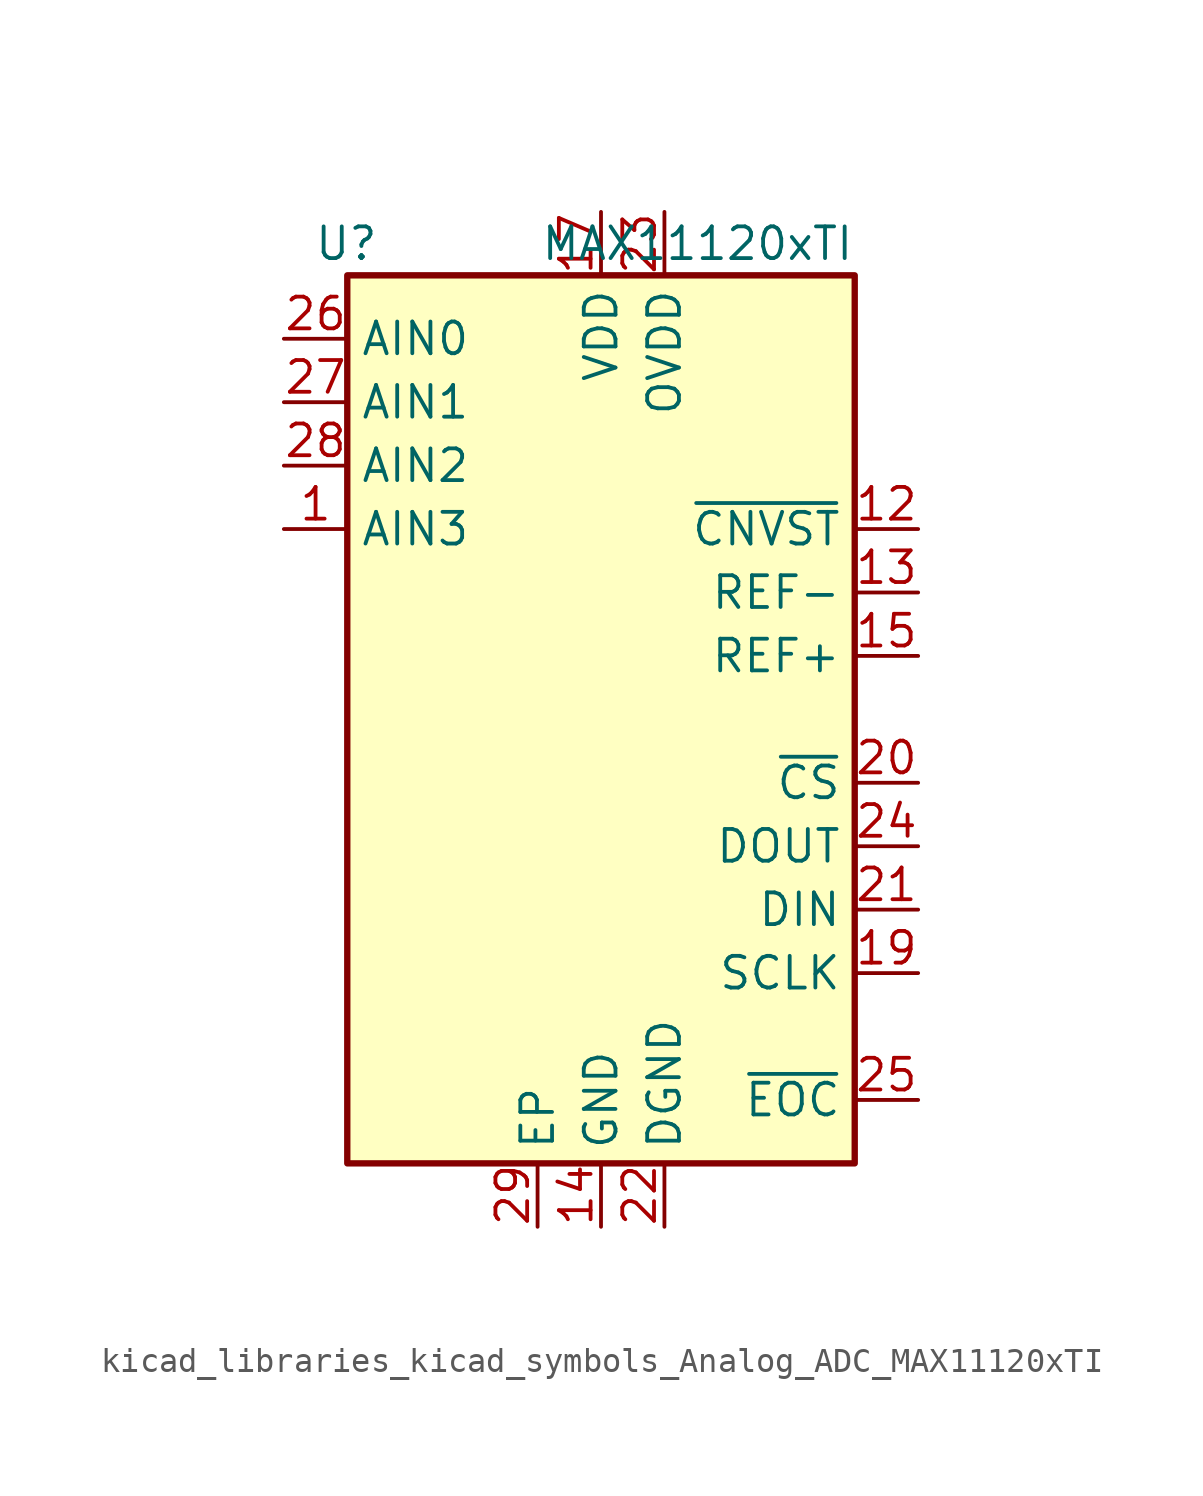
<source format=kicad_sym>
(kicad_symbol_lib
  (version 20220914)
  (generator kicad_symbol_editor)
  (symbol "kicad_libraries_kicad_symbols_Analog_ADC_MAX11120xTI"
    (property "Reference" "U"
      (at -8.89 19.05 0)
      (effects (font (size 1.27 1.27)) (justify right)))
    (property "Value" "MAX11120xTI"
      (at 10.16 19.05 0)
      (effects (font (size 1.27 1.27)) (justify right)))
    (symbol "kicad_libraries_kicad_symbols_Analog_ADC_MAX11120xTI_0_1"
      (rectangle (start 10.16 17.78) (end -10.16 -17.78) (stroke (width 0.254) (type default)) (fill (type background))))
    (symbol "kicad_libraries_kicad_symbols_Analog_ADC_MAX11120xTI_1_1"
      (pin input line (at -12.7 7.62 0) (length 2.54) (name "AIN3" (effects (font (size 1.27 1.27)))) (number "1" (effects (font (size 1.27 1.27)))))
      (pin passive line (at 0 -20.32 90) (length 2.54) hide (name "GND" (effects (font (size 1.27 1.27)))) (number "10" (effects (font (size 1.27 1.27)))))
      (pin passive line (at 0 -20.32 90) (length 2.54) hide (name "GND" (effects (font (size 1.27 1.27)))) (number "11" (effects (font (size 1.27 1.27)))))
      (pin input line (at 12.7 7.62 180) (length 2.54) (name "~{CNVST}" (effects (font (size 1.27 1.27)))) (number "12" (effects (font (size 1.27 1.27)))))
      (pin input line (at 12.7 5.08 180) (length 2.54) (name "REF-" (effects (font (size 1.27 1.27)))) (number "13" (effects (font (size 1.27 1.27)))))
      (pin power_in line (at 0 -20.32 90) (length 2.54) (name "GND" (effects (font (size 1.27 1.27)))) (number "14" (effects (font (size 1.27 1.27)))))
      (pin input line (at 12.7 2.54 180) (length 2.54) (name "REF+" (effects (font (size 1.27 1.27)))) (number "15" (effects (font (size 1.27 1.27)))))
      (pin passive line (at 0 -20.32 90) (length 2.54) hide (name "GND" (effects (font (size 1.27 1.27)))) (number "16" (effects (font (size 1.27 1.27)))))
      (pin power_in line (at 0 20.32 270) (length 2.54) (name "VDD" (effects (font (size 1.27 1.27)))) (number "17" (effects (font (size 1.27 1.27)))))
      (pin passive line (at 0 20.32 270) (length 2.54) hide (name "VDD" (effects (font (size 1.27 1.27)))) (number "18" (effects (font (size 1.27 1.27)))))
      (pin input line (at 12.7 -10.16 180) (length 2.54) (name "SCLK" (effects (font (size 1.27 1.27)))) (number "19" (effects (font (size 1.27 1.27)))))
      (pin passive line (at 0 -20.32 90) (length 2.54) hide (name "GND" (effects (font (size 1.27 1.27)))) (number "2" (effects (font (size 1.27 1.27)))))
      (pin input line (at 12.7 -2.54 180) (length 2.54) (name "~{CS}" (effects (font (size 1.27 1.27)))) (number "20" (effects (font (size 1.27 1.27)))))
      (pin input line (at 12.7 -7.62 180) (length 2.54) (name "DIN" (effects (font (size 1.27 1.27)))) (number "21" (effects (font (size 1.27 1.27)))))
      (pin power_in line (at 2.54 -20.32 90) (length 2.54) (name "DGND" (effects (font (size 1.27 1.27)))) (number "22" (effects (font (size 1.27 1.27)))))
      (pin power_in line (at 2.54 20.32 270) (length 2.54) (name "OVDD" (effects (font (size 1.27 1.27)))) (number "23" (effects (font (size 1.27 1.27)))))
      (pin output line (at 12.7 -5.08 180) (length 2.54) (name "DOUT" (effects (font (size 1.27 1.27)))) (number "24" (effects (font (size 1.27 1.27)))))
      (pin output line (at 12.7 -15.24 180) (length 2.54) (name "~{EOC}" (effects (font (size 1.27 1.27)))) (number "25" (effects (font (size 1.27 1.27)))))
      (pin input line (at -12.7 15.24 0) (length 2.54) (name "AIN0" (effects (font (size 1.27 1.27)))) (number "26" (effects (font (size 1.27 1.27)))))
      (pin input line (at -12.7 12.7 0) (length 2.54) (name "AIN1" (effects (font (size 1.27 1.27)))) (number "27" (effects (font (size 1.27 1.27)))))
      (pin input line (at -12.7 10.16 0) (length 2.54) (name "AIN2" (effects (font (size 1.27 1.27)))) (number "28" (effects (font (size 1.27 1.27)))))
      (pin power_in line (at -2.54 -20.32 90) (length 2.54) (name "EP" (effects (font (size 1.27 1.27)))) (number "29" (effects (font (size 1.27 1.27)))))
      (pin passive line (at 0 -20.32 90) (length 2.54) hide (name "GND" (effects (font (size 1.27 1.27)))) (number "3" (effects (font (size 1.27 1.27)))))
      (pin passive line (at 0 -20.32 90) (length 2.54) hide (name "GND" (effects (font (size 1.27 1.27)))) (number "4" (effects (font (size 1.27 1.27)))))
      (pin passive line (at 0 -20.32 90) (length 2.54) hide (name "GND" (effects (font (size 1.27 1.27)))) (number "5" (effects (font (size 1.27 1.27)))))
      (pin passive line (at 0 -20.32 90) (length 2.54) hide (name "GND" (effects (font (size 1.27 1.27)))) (number "6" (effects (font (size 1.27 1.27)))))
      (pin passive line (at 0 -20.32 90) (length 2.54) hide (name "GND" (effects (font (size 1.27 1.27)))) (number "7" (effects (font (size 1.27 1.27)))))
      (pin passive line (at 0 -20.32 90) (length 2.54) hide (name "GND" (effects (font (size 1.27 1.27)))) (number "8" (effects (font (size 1.27 1.27)))))
      (pin passive line (at 0 -20.32 90) (length 2.54) hide (name "GND" (effects (font (size 1.27 1.27)))) (number "9" (effects (font (size 1.27 1.27))))))))
</source>
